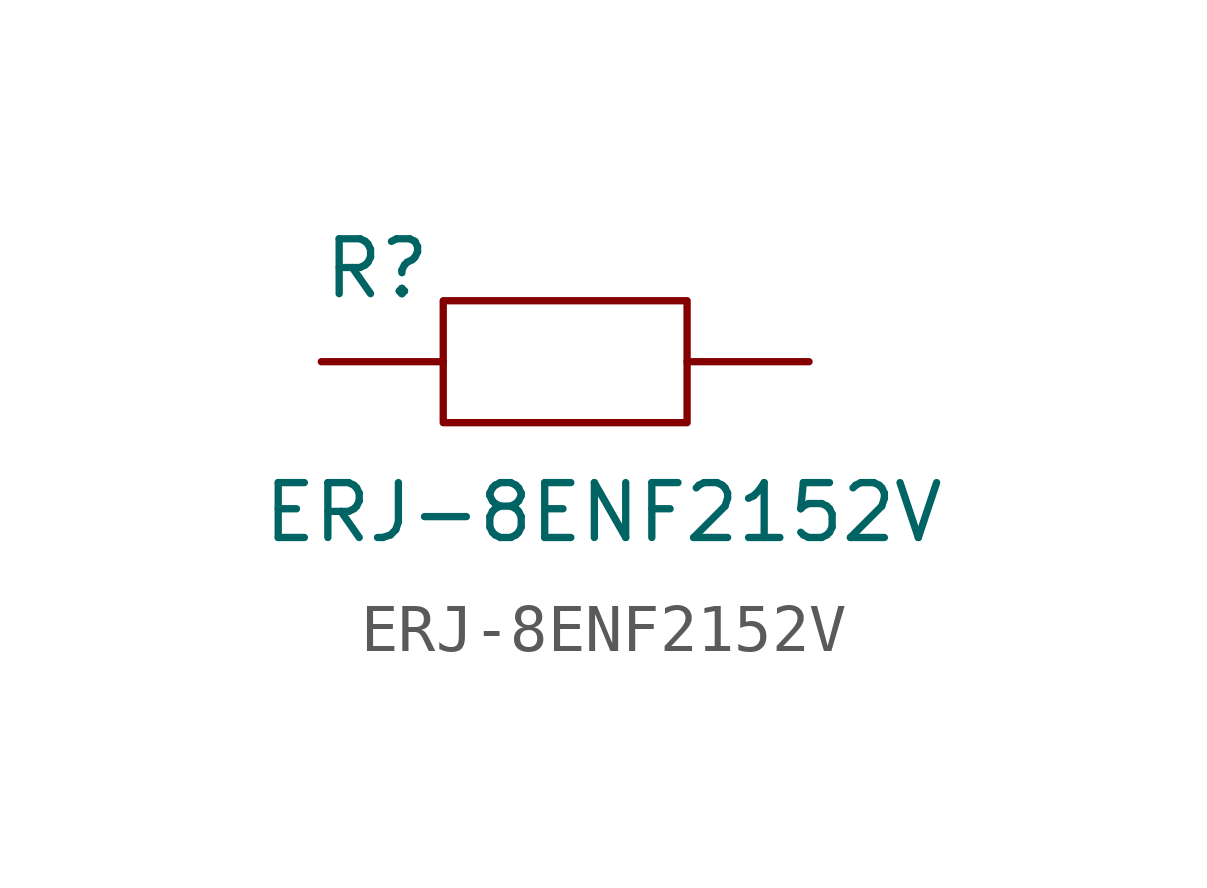
<source format=kicad_sym>
(kicad_symbol_lib
  (version 20211014)
  (generator kicad_symbol_editor)
  (symbol "ERJ-8ENF2152V"
    (pin_numbers hide)
    (pin_names
      (offset 1.016) hide)
    (property "Reference" "R"
      (at -5.08 1.27 0)
      (effects (font (size 1.143 1.143)) (justify left bottom)))
    (property "Value" "ERJ-8ENF2152V"
      (at -6.35 -3.81 0)
      (effects (font (size 1.143 1.143)) (justify left bottom)))
    (symbol "ERJ-8ENF2152V_0_1"
      (rectangle (start -2.54 1.27) (end 2.54 -1.27) (stroke (width 0) (type default) (color 0 0 0 0)) (fill (type none))))
    (symbol "ERJ-8ENF2152V_1_1"
      (pin passive line (at -5.08 0 0) (length 2.54) (name "1" (effects (font (size 1.016 1.016)))) (number "1" (effects (font (size 1.016 1.016)))))
      (pin passive line (at 5.08 0 180) (length 2.54) (name "2" (effects (font (size 1.016 1.016)))) (number "2" (effects (font (size 1.016 1.016))))))))
</source>
